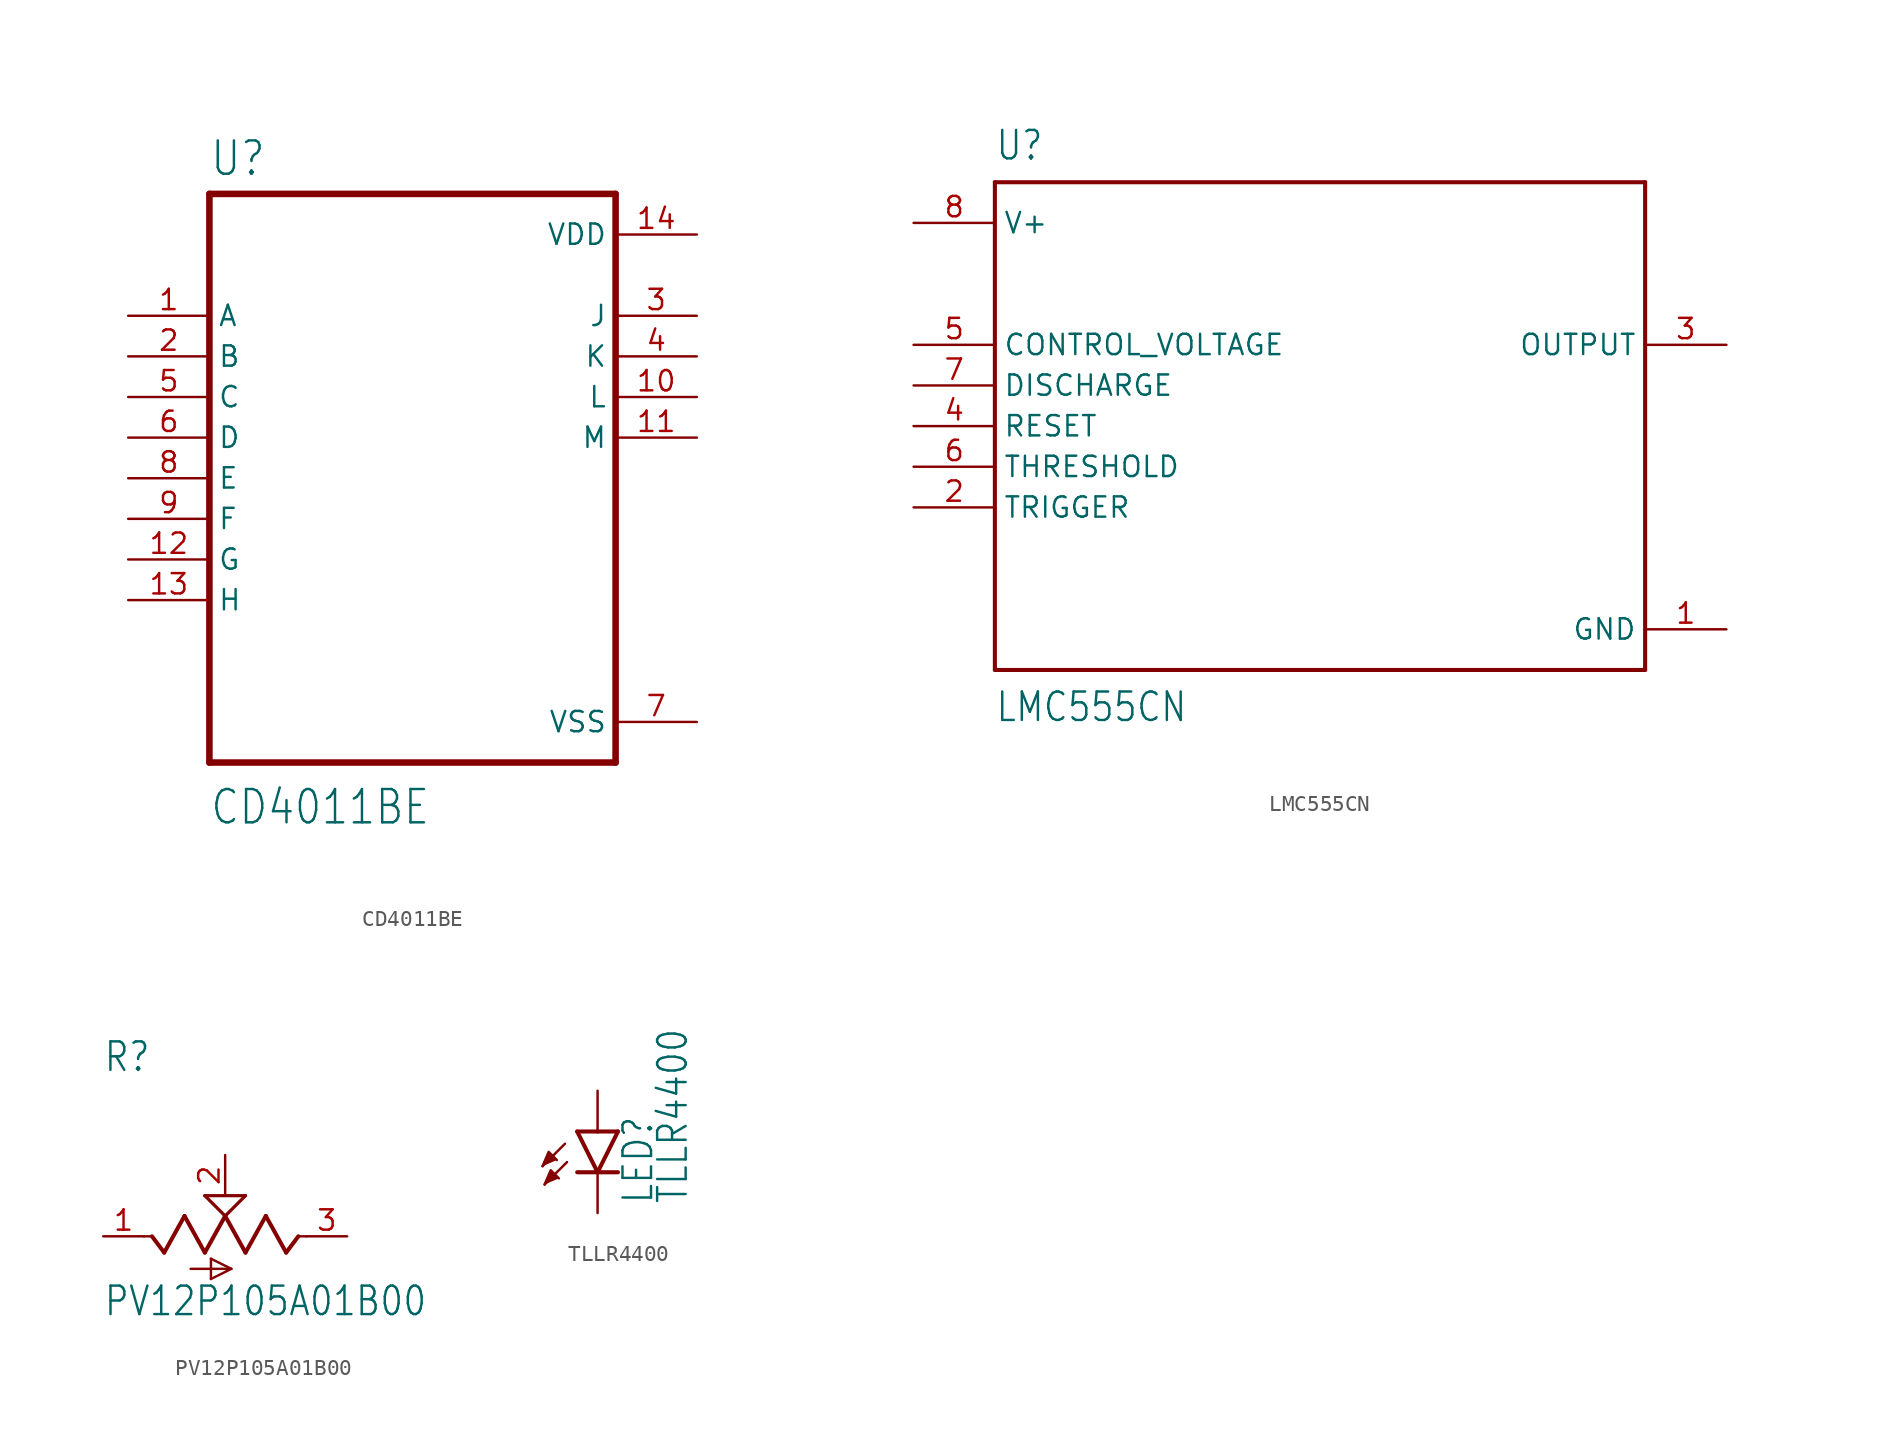
<source format=kicad_sym>
(kicad_symbol_lib
  (version 20211014)
  (generator kicad_symbol_editor)
  (symbol "CD4011BE"
    (property "Reference" "U"
      (at -12.7 18.78 0)
      (effects (font (size 2.083 1.77)) (justify left bottom)))
    (property "Value" "CD4011BE"
      (at -12.7 -21.78 0)
      (effects (font (size 2.083 1.77)) (justify left bottom)))
    (property "ki_locked" ""
      (at 0 0 0)
      (effects (font (size 1.27 1.27))))
    (symbol "CD4011BE_1_0"
      (polyline (pts (xy -12.7 -17.78) (xy -12.7 17.78)) (stroke (width 0.41) (type default) (color 0 0 0 0)) (fill (type none)))
      (polyline (pts (xy -12.7 17.78) (xy 12.7 17.78)) (stroke (width 0.41) (type default) (color 0 0 0 0)) (fill (type none)))
      (polyline (pts (xy 12.7 -17.78) (xy -12.7 -17.78)) (stroke (width 0.41) (type default) (color 0 0 0 0)) (fill (type none)))
      (polyline (pts (xy 12.7 17.78) (xy 12.7 -17.78)) (stroke (width 0.41) (type default) (color 0 0 0 0)) (fill (type none)))
      (pin input line (at -17.78 10.16 0) (length 5.08) (name "A" (effects (font (size 1.27 1.27)))) (number "1" (effects (font (size 1.27 1.27)))))
      (pin output line (at 17.78 5.08 180) (length 5.08) (name "L" (effects (font (size 1.27 1.27)))) (number "10" (effects (font (size 1.27 1.27)))))
      (pin output line (at 17.78 2.54 180) (length 5.08) (name "M" (effects (font (size 1.27 1.27)))) (number "11" (effects (font (size 1.27 1.27)))))
      (pin input line (at -17.78 -5.08 0) (length 5.08) (name "G" (effects (font (size 1.27 1.27)))) (number "12" (effects (font (size 1.27 1.27)))))
      (pin input line (at -17.78 -7.62 0) (length 5.08) (name "H" (effects (font (size 1.27 1.27)))) (number "13" (effects (font (size 1.27 1.27)))))
      (pin power_in line (at 17.78 15.24 180) (length 5.08) (name "VDD" (effects (font (size 1.27 1.27)))) (number "14" (effects (font (size 1.27 1.27)))))
      (pin input line (at -17.78 7.62 0) (length 5.08) (name "B" (effects (font (size 1.27 1.27)))) (number "2" (effects (font (size 1.27 1.27)))))
      (pin output line (at 17.78 10.16 180) (length 5.08) (name "J" (effects (font (size 1.27 1.27)))) (number "3" (effects (font (size 1.27 1.27)))))
      (pin output line (at 17.78 7.62 180) (length 5.08) (name "K" (effects (font (size 1.27 1.27)))) (number "4" (effects (font (size 1.27 1.27)))))
      (pin input line (at -17.78 5.08 0) (length 5.08) (name "C" (effects (font (size 1.27 1.27)))) (number "5" (effects (font (size 1.27 1.27)))))
      (pin input line (at -17.78 2.54 0) (length 5.08) (name "D" (effects (font (size 1.27 1.27)))) (number "6" (effects (font (size 1.27 1.27)))))
      (pin power_in line (at 17.78 -15.24 180) (length 5.08) (name "VSS" (effects (font (size 1.27 1.27)))) (number "7" (effects (font (size 1.27 1.27)))))
      (pin input line (at -17.78 0 0) (length 5.08) (name "E" (effects (font (size 1.27 1.27)))) (number "8" (effects (font (size 1.27 1.27)))))
      (pin input line (at -17.78 -2.54 0) (length 5.08) (name "F" (effects (font (size 1.27 1.27)))) (number "9" (effects (font (size 1.27 1.27)))))))
  (symbol "LMC555CN"
    (property "Reference" "U"
      (at -20.32 16.51 0)
      (effects (font (size 1.778 1.511)) (justify left bottom)))
    (property "Value" "LMC555CN"
      (at -20.32 -16.51 0)
      (effects (font (size 1.778 1.511)) (justify left top)))
    (property "ki_locked" ""
      (at 0 0 0)
      (effects (font (size 1.27 1.27))))
    (symbol "LMC555CN_1_0"
      (polyline (pts (xy -20.32 -15.24) (xy -20.32 15.24)) (stroke (width 0.254) (type default) (color 0 0 0 0)) (fill (type none)))
      (polyline (pts (xy -20.32 15.24) (xy 20.32 15.24)) (stroke (width 0.254) (type default) (color 0 0 0 0)) (fill (type none)))
      (polyline (pts (xy 20.32 -15.24) (xy -20.32 -15.24)) (stroke (width 0.254) (type default) (color 0 0 0 0)) (fill (type none)))
      (polyline (pts (xy 20.32 15.24) (xy 20.32 -15.24)) (stroke (width 0.254) (type default) (color 0 0 0 0)) (fill (type none)))
      (pin power_in line (at 25.4 -12.7 180) (length 5.08) (name "GND" (effects (font (size 1.27 1.27)))) (number "1" (effects (font (size 1.27 1.27)))))
      (pin input line (at -25.4 -5.08 0) (length 5.08) (name "TRIGGER" (effects (font (size 1.27 1.27)))) (number "2" (effects (font (size 1.27 1.27)))))
      (pin output line (at 25.4 5.08 180) (length 5.08) (name "OUTPUT" (effects (font (size 1.27 1.27)))) (number "3" (effects (font (size 1.27 1.27)))))
      (pin input line (at -25.4 0 0) (length 5.08) (name "RESET" (effects (font (size 1.27 1.27)))) (number "4" (effects (font (size 1.27 1.27)))))
      (pin input line (at -25.4 5.08 0) (length 5.08) (name "CONTROL_VOLTAGE" (effects (font (size 1.27 1.27)))) (number "5" (effects (font (size 1.27 1.27)))))
      (pin input line (at -25.4 -2.54 0) (length 5.08) (name "THRESHOLD" (effects (font (size 1.27 1.27)))) (number "6" (effects (font (size 1.27 1.27)))))
      (pin input line (at -25.4 2.54 0) (length 5.08) (name "DISCHARGE" (effects (font (size 1.27 1.27)))) (number "7" (effects (font (size 1.27 1.27)))))
      (pin power_in line (at -25.4 12.7 0) (length 5.08) (name "V+" (effects (font (size 1.27 1.27)))) (number "8" (effects (font (size 1.27 1.27)))))))
  (symbol "PV12P105A01B00"
    (property "Reference" "R"
      (at -7.63 10.174 0)
      (effects (font (size 1.78 1.513)) (justify left bottom)))
    (property "Value" "PV12P105A01B00"
      (at -7.624 -5.083 0)
      (effects (font (size 1.779 1.512)) (justify left bottom)))
    (property "ki_locked" ""
      (at 0 0 0)
      (effects (font (size 1.27 1.27))))
    (symbol "PV12P105A01B00_1_0"
      (polyline (pts (xy -4.572 0) (xy -5.08 0)) (stroke (width 0.152) (type default) (color 0 0 0 0)) (fill (type none)))
      (polyline (pts (xy -3.81 -1.016) (xy -4.572 0)) (stroke (width 0.254) (type default) (color 0 0 0 0)) (fill (type none)))
      (polyline (pts (xy -2.54 1.27) (xy -3.81 -1.016)) (stroke (width 0.254) (type default) (color 0 0 0 0)) (fill (type none)))
      (polyline (pts (xy -2.159 -2.032) (xy 0.381 -2.032)) (stroke (width 0.152) (type default) (color 0 0 0 0)) (fill (type none)))
      (polyline (pts (xy -1.27 -1.016) (xy -2.54 1.27)) (stroke (width 0.254) (type default) (color 0 0 0 0)) (fill (type none)))
      (polyline (pts (xy -1.27 2.54) (xy 1.27 2.54)) (stroke (width 0.203) (type default) (color 0 0 0 0)) (fill (type none)))
      (polyline (pts (xy -0.889 -2.667) (xy -0.889 -1.397)) (stroke (width 0.152) (type default) (color 0 0 0 0)) (fill (type none)))
      (polyline (pts (xy -0.889 -1.397) (xy 0.381 -2.032)) (stroke (width 0.152) (type default) (color 0 0 0 0)) (fill (type none)))
      (polyline (pts (xy 0 1.27) (xy -1.27 -1.016)) (stroke (width 0.254) (type default) (color 0 0 0 0)) (fill (type none)))
      (polyline (pts (xy 0 1.27) (xy -1.27 2.54)) (stroke (width 0.203) (type default) (color 0 0 0 0)) (fill (type none)))
      (polyline (pts (xy 0.381 -2.032) (xy -0.889 -2.667)) (stroke (width 0.152) (type default) (color 0 0 0 0)) (fill (type none)))
      (polyline (pts (xy 1.27 -1.016) (xy 0 1.27)) (stroke (width 0.254) (type default) (color 0 0 0 0)) (fill (type none)))
      (polyline (pts (xy 1.27 2.54) (xy 0 1.27)) (stroke (width 0.203) (type default) (color 0 0 0 0)) (fill (type none)))
      (polyline (pts (xy 2.54 1.27) (xy 1.27 -1.016)) (stroke (width 0.254) (type default) (color 0 0 0 0)) (fill (type none)))
      (polyline (pts (xy 3.81 -1.016) (xy 2.54 1.27)) (stroke (width 0.254) (type default) (color 0 0 0 0)) (fill (type none)))
      (polyline (pts (xy 4.572 0) (xy 3.81 -1.016)) (stroke (width 0.254) (type default) (color 0 0 0 0)) (fill (type none)))
      (polyline (pts (xy 5.08 0) (xy 4.572 0)) (stroke (width 0.152) (type default) (color 0 0 0 0)) (fill (type none)))
      (pin passive line (at -7.62 0 0) (length 2.54) (name "1" (effects (font (size 0 0)))) (number "1" (effects (font (size 1.27 1.27)))))
      (pin passive line (at 0 5.08 270) (length 2.54) (name "2" (effects (font (size 0 0)))) (number "2" (effects (font (size 1.27 1.27)))))
      (pin passive line (at 7.62 0 180) (length 2.54) (name "3" (effects (font (size 0 0)))) (number "3" (effects (font (size 1.27 1.27)))))))
  (symbol "TLLR4400"
    (property "Reference" "LED"
      (at 3.556 -4.572 90)
      (effects (font (size 1.778 1.511)) (justify left bottom)))
    (property "Value" "TLLR4400"
      (at 5.715 -4.572 90)
      (effects (font (size 1.778 1.511)) (justify left bottom)))
    (property "ki_locked" ""
      (at 0 0 0)
      (effects (font (size 1.27 1.27))))
    (symbol "TLLR4400_1_0"
      (polyline (pts (xy -2.032 -0.762) (xy -3.429 -2.159)) (stroke (width 0.152) (type default) (color 0 0 0 0)) (fill (type none)))
      (polyline (pts (xy -1.905 -1.905) (xy -3.302 -3.302)) (stroke (width 0.152) (type default) (color 0 0 0 0)) (fill (type none)))
      (polyline (pts (xy 0 -2.54) (xy -1.27 -2.54)) (stroke (width 0.254) (type default) (color 0 0 0 0)) (fill (type none)))
      (polyline (pts (xy 0 -2.54) (xy -1.27 0)) (stroke (width 0.254) (type default) (color 0 0 0 0)) (fill (type none)))
      (polyline (pts (xy 0 0) (xy -1.27 0)) (stroke (width 0.254) (type default) (color 0 0 0 0)) (fill (type none)))
      (polyline (pts (xy 1.27 -2.54) (xy 0 -2.54)) (stroke (width 0.254) (type default) (color 0 0 0 0)) (fill (type none)))
      (polyline (pts (xy 1.27 0) (xy 0 -2.54)) (stroke (width 0.254) (type default) (color 0 0 0 0)) (fill (type none)))
      (polyline (pts (xy 1.27 0) (xy 0 0)) (stroke (width 0.254) (type default) (color 0 0 0 0)) (fill (type none)))
      (polyline (pts (xy -3.429 -2.159) (xy -3.048 -1.27) (xy -2.54 -1.778)) (stroke (width 0) (type default) (color 0 0 0 0)) (fill (type outline)))
      (polyline (pts (xy -3.302 -3.302) (xy -2.921 -2.413) (xy -2.413 -2.921)) (stroke (width 0) (type default) (color 0 0 0 0)) (fill (type outline)))
      (pin passive line (at 0 2.54 270) (length 2.54) (name "A" (effects (font (size 0 0)))) (number "A" (effects (font (size 0 0)))))
      (pin passive line (at 0 -5.08 90) (length 2.54) (name "C" (effects (font (size 0 0)))) (number "K" (effects (font (size 0 0))))))))
</source>
